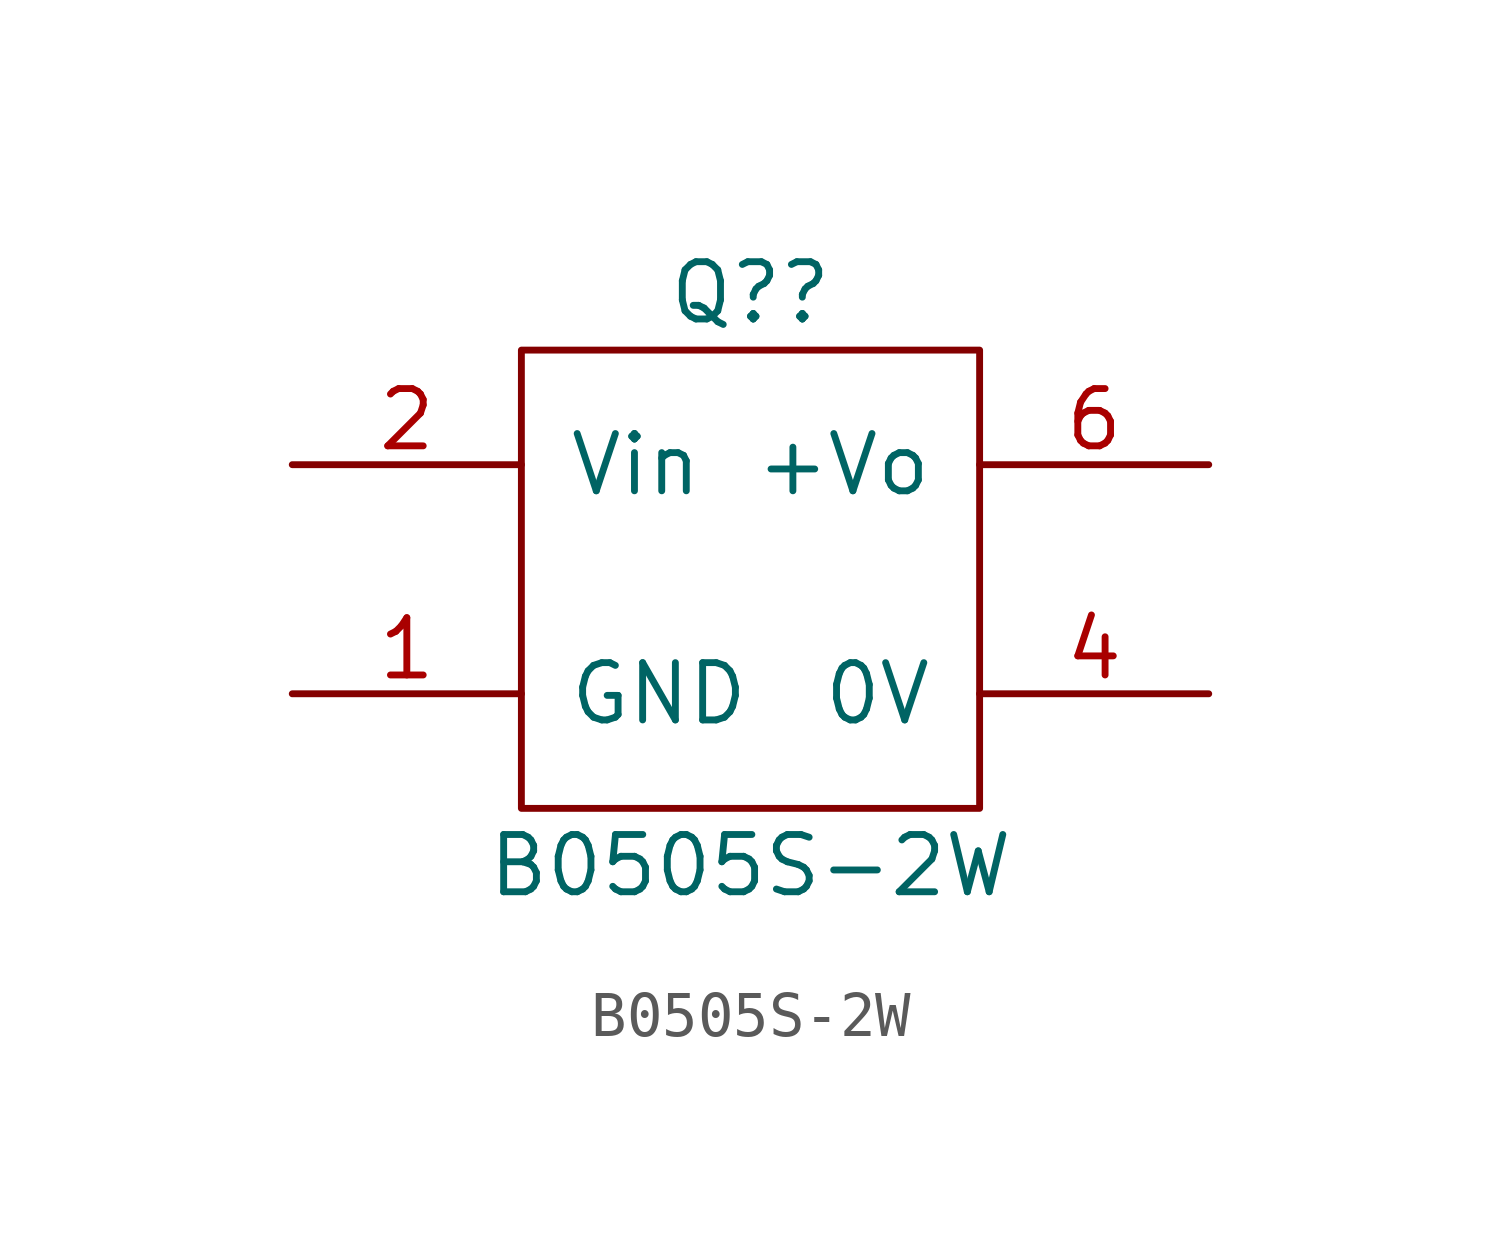
<source format=kicad_sym>
(kicad_symbol_lib
  (version 20211014)
  (generator kicad_symbol_editor)
  (symbol "B0505S-2W"
    (pin_names
      (offset 1.016))
    (property "Reference" "Q?"
      (at 0 6.35 0)
      (effects (font (size 1.27 1.27))))
    (property "Value" "B0505S-2W"
      (at 0 -6.35 0)
      (effects (font (size 1.27 1.27))))
    (symbol "B0505S-2W_0_1"
      (rectangle (start -5.08 5.08) (end 5.08 -5.08) (stroke (width 0) (type default) (color 0 0 0 0)) (fill (type none))))
    (symbol "B0505S-2W_1_1"
      (pin power_in line (at -10.16 -2.54 0) (length 5.08) (name "GND" (effects (font (size 1.27 1.27)))) (number "1" (effects (font (size 1.27 1.27)))))
      (pin power_in line (at -10.16 2.54 0) (length 5.08) (name "Vin" (effects (font (size 1.27 1.27)))) (number "2" (effects (font (size 1.27 1.27)))))
      (pin power_out line (at 10.16 -2.54 180) (length 5.08) (name "0V" (effects (font (size 1.27 1.27)))) (number "4" (effects (font (size 1.27 1.27)))))
      (pin power_out line (at 10.16 2.54 180) (length 5.08) (name "+Vo" (effects (font (size 1.27 1.27)))) (number "6" (effects (font (size 1.27 1.27))))))))
</source>
